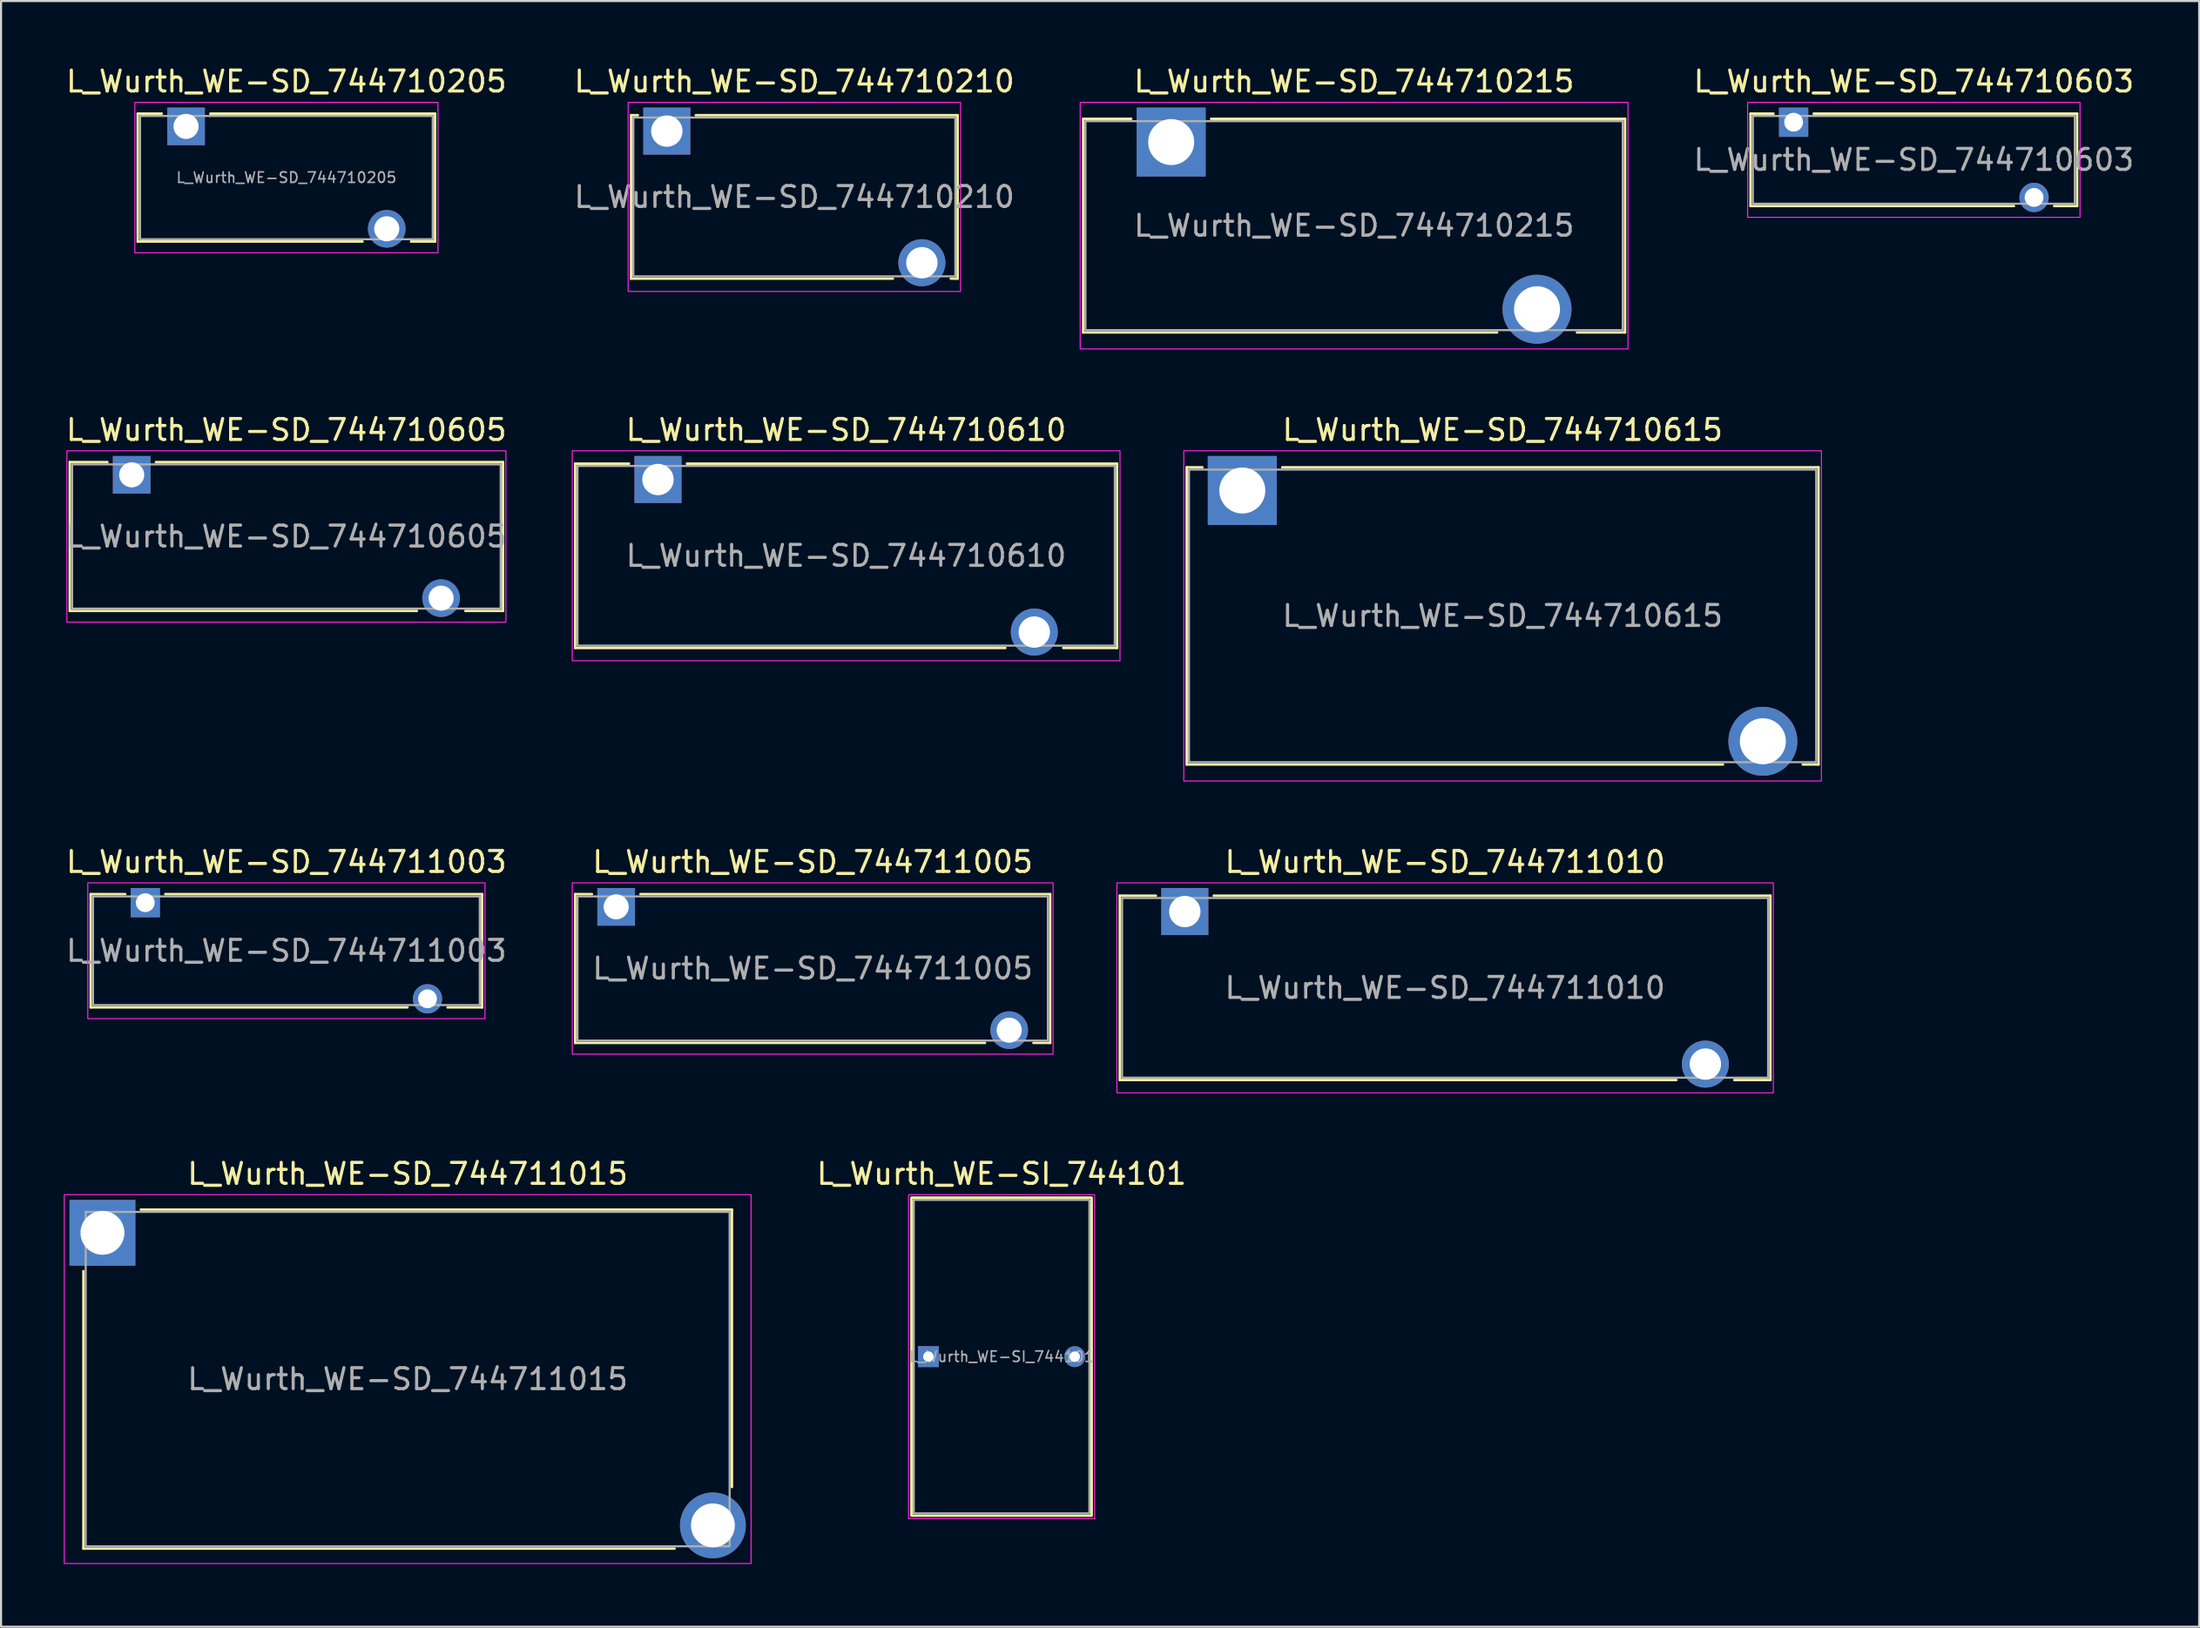
<source format=kicad_pcb>
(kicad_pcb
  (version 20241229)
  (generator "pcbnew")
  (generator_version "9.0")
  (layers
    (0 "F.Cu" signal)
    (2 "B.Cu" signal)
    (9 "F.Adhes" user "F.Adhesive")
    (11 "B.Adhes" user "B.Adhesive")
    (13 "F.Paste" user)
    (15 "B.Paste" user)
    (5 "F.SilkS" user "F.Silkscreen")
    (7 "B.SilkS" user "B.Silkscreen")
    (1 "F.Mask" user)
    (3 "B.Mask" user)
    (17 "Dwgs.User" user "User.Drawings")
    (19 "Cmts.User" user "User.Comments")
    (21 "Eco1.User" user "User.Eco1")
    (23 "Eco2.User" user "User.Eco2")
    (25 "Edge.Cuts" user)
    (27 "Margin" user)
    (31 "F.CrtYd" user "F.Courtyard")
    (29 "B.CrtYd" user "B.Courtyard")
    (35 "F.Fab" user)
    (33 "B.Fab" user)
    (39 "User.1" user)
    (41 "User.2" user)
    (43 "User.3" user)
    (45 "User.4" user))
  (footprint "L_Wurth_WE-SI_744101"
    (layer "F.Cu")
    (at 41.358 61.868)
    (property "Reference" "L_Wurth_WE-SI_744101" (at 3.5 -8.75 0) (unlocked yes) (layer "F.SilkS") (effects (font (size 1 1) (thickness 0.15))))
    (attr through_hole)
    (fp_rect (start -0.81 -7.61) (end 7.81 7.61) (stroke (width 0.12) (type solid)) (fill no) (layer "F.SilkS"))
    (fp_rect (start -0.95 -7.75) (end 7.95 7.75) (stroke (width 0.05) (type solid)) (fill no) (layer "F.CrtYd"))
    (fp_rect (start -0.7 -7.5) (end 7.7 7.5) (stroke (width 0.1) (type solid)) (fill no) (layer "F.Fab"))
    (fp_text user "${REFERENCE}" (at 3.5 0 0) (unlocked yes) (layer "F.Fab") (effects (font (size 0.5 0.5) (thickness 0.075))))
    (pad "1" thru_hole rect (at 0 0) (size 1 1) (drill 0.5) (layers "*.Cu" "*.Mask"))
    (pad "2" thru_hole circle (at 7 0) (size 1 1) (drill 0.5) (layers "*.Cu" "*.Mask")))
  (footprint "L_Wurth_WE-SD_744710215"
    (layer "F.Cu")
    (at 52.97 3.748)
    (property "Reference" "L_Wurth_WE-SD_744710215" (at 8.75 -2.9 0) (unlocked yes) (layer "F.SilkS") (effects (font (size 1 1) (thickness 0.15))))
    (attr through_hole)
    (fp_line (start -4.21 -1.11) (end -4.21 9.11) (stroke (width 0.12) (type solid)) (layer "F.SilkS"))
    (fp_line (start -4.21 -1.11) (end -1.91 -1.11) (stroke (width 0.12) (type solid)) (layer "F.SilkS"))
    (fp_line (start -4.21 9.11) (end 15.59 9.11) (stroke (width 0.12) (type solid)) (layer "F.SilkS"))
    (fp_line (start 21.71 -1.11) (end 1.91 -1.11) (stroke (width 0.12) (type solid)) (layer "F.SilkS"))
    (fp_line (start 21.71 -1.11) (end 21.71 9.11) (stroke (width 0.12) (type solid)) (layer "F.SilkS"))
    (fp_line (start 21.71 9.11) (end 19.41 9.11) (stroke (width 0.12) (type solid)) (layer "F.SilkS"))
    (fp_rect (start -4.35 -1.9) (end 21.85 9.9) (stroke (width 0.05) (type solid)) (fill no) (layer "F.CrtYd"))
    (fp_rect (start -4.1 -1) (end 21.6 9) (stroke (width 0.1) (type solid)) (fill no) (layer "F.Fab"))
    (fp_text user "${REFERENCE}" (at 8.75 4 0) (unlocked yes) (layer "F.Fab") (effects (font (size 1 1) (thickness 0.15))))
    (pad "1" thru_hole rect (at 0 0) (size 3.3 3.3) (drill 2.2) (layers "*.Cu" "*.Mask"))
    (pad "2" thru_hole circle (at 17.5 8) (size 3.3 3.3) (drill 2.2) (layers "*.Cu" "*.Mask")))
  (footprint "L_Wurth_WE-SD_744711005"
    (layer "F.Cu")
    (at 26.423 40.345)
    (property "Reference" "L_Wurth_WE-SD_744711005" (at 9.4 -2.15 0) (unlocked yes) (layer "F.SilkS") (effects (font (size 1 1) (thickness 0.15))))
    (attr through_hole)
    (fp_line (start -1.96 -0.61) (end -1.96 6.51) (stroke (width 0.12) (type solid)) (layer "F.SilkS"))
    (fp_line (start -1.96 -0.61) (end -1.16 -0.61) (stroke (width 0.12) (type solid)) (layer "F.SilkS"))
    (fp_line (start -1.96 6.51) (end 17.64 6.51) (stroke (width 0.12) (type solid)) (layer "F.SilkS"))
    (fp_line (start 20.76 -0.61) (end 1.16 -0.61) (stroke (width 0.12) (type solid)) (layer "F.SilkS"))
    (fp_line (start 20.76 -0.61) (end 20.76 6.51) (stroke (width 0.12) (type solid)) (layer "F.SilkS"))
    (fp_line (start 20.76 6.51) (end 19.96 6.51) (stroke (width 0.12) (type solid)) (layer "F.SilkS"))
    (fp_rect (start -2.1 -1.15) (end 20.9 7.05) (stroke (width 0.05) (type solid)) (fill no) (layer "F.CrtYd"))
    (fp_rect (start -1.85 -0.5) (end 20.65 6.4) (stroke (width 0.1) (type solid)) (fill no) (layer "F.Fab"))
    (fp_text user "${REFERENCE}" (at 9.4 2.95 0) (unlocked yes) (layer "F.Fab") (effects (font (size 1 1) (thickness 0.15))))
    (pad "1" thru_hole rect (at 0 0) (size 1.8 1.8) (drill 1.2) (layers "*.Cu" "*.Mask"))
    (pad "2" thru_hole circle (at 18.8 5.9) (size 1.8 1.8) (drill 1.2) (layers "*.Cu" "*.Mask")))
  (footprint "L_Wurth_WE-SD_744710605"
    (layer "F.Cu")
    (at 3.249 19.672)
    (property "Reference" "L_Wurth_WE-SD_744710605" (at 7.4 -2.15 0) (unlocked yes) (layer "F.SilkS") (effects (font (size 1 1) (thickness 0.15))))
    (attr through_hole)
    (fp_line (start -2.96 -0.61) (end -2.96 6.51) (stroke (width 0.12) (type solid)) (layer "F.SilkS"))
    (fp_line (start -2.96 -0.61) (end -1.16 -0.61) (stroke (width 0.12) (type solid)) (layer "F.SilkS"))
    (fp_line (start -2.96 6.51) (end 13.64 6.51) (stroke (width 0.12) (type solid)) (layer "F.SilkS"))
    (fp_line (start 17.76 -0.61) (end 1.16 -0.61) (stroke (width 0.12) (type solid)) (layer "F.SilkS"))
    (fp_line (start 17.76 -0.61) (end 17.76 6.51) (stroke (width 0.12) (type solid)) (layer "F.SilkS"))
    (fp_line (start 17.76 6.51) (end 15.96 6.51) (stroke (width 0.12) (type solid)) (layer "F.SilkS"))
    (fp_rect (start -3.1 -1.15) (end 17.9 7.05) (stroke (width 0.05) (type solid)) (fill no) (layer "F.CrtYd"))
    (fp_rect (start -2.85 -0.5) (end 17.65 6.4) (stroke (width 0.1) (type solid)) (fill no) (layer "F.Fab"))
    (fp_text user "${REFERENCE}" (at 7.4 2.95 0) (unlocked yes) (layer "F.Fab") (effects (font (size 1 1) (thickness 0.15))))
    (pad "1" thru_hole rect (at 0 0) (size 1.8 1.8) (drill 1.2) (layers "*.Cu" "*.Mask"))
    (pad "2" thru_hole circle (at 14.8 5.9) (size 1.8 1.8) (drill 1.2) (layers "*.Cu" "*.Mask")))
  (footprint "L_Wurth_WE-SD_744710603"
    (layer "F.Cu")
    (at 82.744 2.798)
    (property "Reference" "L_Wurth_WE-SD_744710603" (at 5.75 -1.95 0) (unlocked yes) (layer "F.SilkS") (effects (font (size 1 1) (thickness 0.15))))
    (attr through_hole)
    (fp_line (start -2.06 -0.41) (end -2.06 4.01) (stroke (width 0.12) (type solid)) (layer "F.SilkS"))
    (fp_line (start -2.06 -0.41) (end -0.96 -0.41) (stroke (width 0.12) (type solid)) (layer "F.SilkS"))
    (fp_line (start -2.06 4.01) (end 10.54 4.01) (stroke (width 0.12) (type solid)) (layer "F.SilkS"))
    (fp_line (start 13.56 -0.41) (end 0.96 -0.41) (stroke (width 0.12) (type solid)) (layer "F.SilkS"))
    (fp_line (start 13.56 -0.41) (end 13.56 4.01) (stroke (width 0.12) (type solid)) (layer "F.SilkS"))
    (fp_line (start 13.56 4.01) (end 12.46 4.01) (stroke (width 0.12) (type solid)) (layer "F.SilkS"))
    (fp_rect (start -2.2 -0.95) (end 13.7 4.55) (stroke (width 0.05) (type solid)) (fill no) (layer "F.CrtYd"))
    (fp_rect (start -1.95 -0.3) (end 13.45 3.9) (stroke (width 0.1) (type solid)) (fill no) (layer "F.Fab"))
    (fp_text user "${REFERENCE}" (at 5.75 1.8 0) (unlocked yes) (layer "F.Fab") (effects (font (size 1 1) (thickness 0.15))))
    (pad "1" thru_hole rect (at 0 0) (size 1.4 1.4) (drill 0.9) (layers "*.Cu" "*.Mask"))
    (pad "2" thru_hole circle (at 11.5 3.6) (size 1.4 1.4) (drill 0.9) (layers "*.Cu" "*.Mask")))
  (footprint "L_Wurth_WE-SD_744711003"
    (layer "F.Cu")
    (at 3.899 40.145)
    (property "Reference" "L_Wurth_WE-SD_744711003" (at 6.75 -1.95 0) (unlocked yes) (layer "F.SilkS") (effects (font (size 1 1) (thickness 0.15))))
    (attr through_hole)
    (fp_line (start -2.61 -0.41) (end -2.61 5.01) (stroke (width 0.12) (type solid)) (layer "F.SilkS"))
    (fp_line (start -2.61 -0.41) (end -0.96 -0.41) (stroke (width 0.12) (type solid)) (layer "F.SilkS"))
    (fp_line (start -2.61 5.01) (end 12.54 5.01) (stroke (width 0.12) (type solid)) (layer "F.SilkS"))
    (fp_line (start 16.11 -0.41) (end 0.96 -0.41) (stroke (width 0.12) (type solid)) (layer "F.SilkS"))
    (fp_line (start 16.11 -0.41) (end 16.11 5.01) (stroke (width 0.12) (type solid)) (layer "F.SilkS"))
    (fp_line (start 16.11 5.01) (end 14.46 5.01) (stroke (width 0.12) (type solid)) (layer "F.SilkS"))
    (fp_rect (start -2.75 -0.95) (end 16.25 5.55) (stroke (width 0.05) (type solid)) (fill no) (layer "F.CrtYd"))
    (fp_rect (start -2.5 -0.3) (end 16 4.9) (stroke (width 0.1) (type solid)) (fill no) (layer "F.Fab"))
    (fp_text user "${REFERENCE}" (at 6.75 2.3 0) (unlocked yes) (layer "F.Fab") (effects (font (size 1 1) (thickness 0.15))))
    (pad "1" thru_hole rect (at 0 0) (size 1.4 1.4) (drill 0.9) (layers "*.Cu" "*.Mask"))
    (pad "2" thru_hole circle (at 13.5 4.6) (size 1.4 1.4) (drill 0.9) (layers "*.Cu" "*.Mask")))
  (footprint "L_Wurth_WE-SD_744710615"
    (layer "F.Cu")
    (at 56.373 20.422)
    (property "Reference" "L_Wurth_WE-SD_744710615" (at 12.45 -2.9 0) (unlocked yes) (layer "F.SilkS") (effects (font (size 1 1) (thickness 0.15))))
    (attr through_hole)
    (fp_line (start -2.66 -1.11) (end -2.66 13.11) (stroke (width 0.12) (type solid)) (layer "F.SilkS"))
    (fp_line (start -2.66 -1.11) (end -1.91 -1.11) (stroke (width 0.12) (type solid)) (layer "F.SilkS"))
    (fp_line (start -2.66 13.11) (end 22.99 13.11) (stroke (width 0.12) (type solid)) (layer "F.SilkS"))
    (fp_line (start 27.56 -1.11) (end 1.91 -1.11) (stroke (width 0.12) (type solid)) (layer "F.SilkS"))
    (fp_line (start 27.56 -1.11) (end 27.56 13.11) (stroke (width 0.12) (type solid)) (layer "F.SilkS"))
    (fp_line (start 27.56 13.11) (end 26.81 13.11) (stroke (width 0.12) (type solid)) (layer "F.SilkS"))
    (fp_rect (start -2.8 -1.9) (end 27.7 13.9) (stroke (width 0.05) (type solid)) (fill no) (layer "F.CrtYd"))
    (fp_rect (start -2.55 -1) (end 27.45 13) (stroke (width 0.1) (type solid)) (fill no) (layer "F.Fab"))
    (fp_text user "${REFERENCE}" (at 12.45 6 0) (unlocked yes) (layer "F.Fab") (effects (font (size 1 1) (thickness 0.15))))
    (pad "1" thru_hole rect (at 0 0) (size 3.3 3.3) (drill 2.2) (layers "*.Cu" "*.Mask"))
    (pad "2" thru_hole circle (at 24.9 12) (size 3.3 3.3) (drill 2.2) (layers "*.Cu" "*.Mask")))
  (footprint "L_Wurth_WE-SD_744710205"
    (layer "F.Cu")
    (at 5.849 2.998)
    (property "Reference" "L_Wurth_WE-SD_744710205" (at 4.8 -2.15 0) (unlocked yes) (layer "F.SilkS") (effects (font (size 1 1) (thickness 0.15))))
    (attr through_hole)
    (fp_line (start -2.31 -0.61) (end -2.31 5.51) (stroke (width 0.12) (type solid)) (layer "F.SilkS"))
    (fp_line (start -2.31 -0.61) (end -1.16 -0.61) (stroke (width 0.12) (type solid)) (layer "F.SilkS"))
    (fp_line (start -2.31 5.51) (end 8.44 5.51) (stroke (width 0.12) (type solid)) (layer "F.SilkS"))
    (fp_line (start 11.91 -0.61) (end 1.16 -0.61) (stroke (width 0.12) (type solid)) (layer "F.SilkS"))
    (fp_line (start 11.91 -0.61) (end 11.91 5.51) (stroke (width 0.12) (type solid)) (layer "F.SilkS"))
    (fp_line (start 11.91 5.51) (end 10.76 5.51) (stroke (width 0.12) (type solid)) (layer "F.SilkS"))
    (fp_rect (start -2.45 -1.15) (end 12.05 6.05) (stroke (width 0.05) (type solid)) (fill no) (layer "F.CrtYd"))
    (fp_rect (start -2.2 -0.5) (end 11.8 5.4) (stroke (width 0.1) (type solid)) (fill no) (layer "F.Fab"))
    (fp_text user "${REFERENCE}" (at 4.8 2.45 0) (unlocked yes) (layer "F.Fab") (effects (font (size 0.5 0.5) (thickness 0.075))))
    (pad "1" thru_hole rect (at 0 0) (size 1.8 1.8) (drill 1.2) (layers "*.Cu" "*.Mask"))
    (pad "2" thru_hole circle (at 9.6 4.9) (size 1.8 1.8) (drill 1.2) (layers "*.Cu" "*.Mask")))
  (footprint "L_Wurth_WE-SD_744710610"
    (layer "F.Cu")
    (at 28.423 19.896)
    (property "Reference" "L_Wurth_WE-SD_744710610" (at 9 -2.375 0) (unlocked yes) (layer "F.SilkS") (effects (font (size 1 1) (thickness 0.15))))
    (attr through_hole)
    (fp_line (start -3.96 -0.76) (end -3.96 8.06) (stroke (width 0.12) (type solid)) (layer "F.SilkS"))
    (fp_line (start -3.96 -0.76) (end -1.385 -0.76) (stroke (width 0.12) (type solid)) (layer "F.SilkS"))
    (fp_line (start -3.96 8.06) (end 16.615 8.06) (stroke (width 0.12) (type solid)) (layer "F.SilkS"))
    (fp_line (start 21.96 -0.76) (end 1.385 -0.76) (stroke (width 0.12) (type solid)) (layer "F.SilkS"))
    (fp_line (start 21.96 -0.76) (end 21.96 8.06) (stroke (width 0.12) (type solid)) (layer "F.SilkS"))
    (fp_line (start 21.96 8.06) (end 19.385 8.06) (stroke (width 0.12) (type solid)) (layer "F.SilkS"))
    (fp_rect (start -4.1 -1.375) (end 22.1 8.675) (stroke (width 0.05) (type solid)) (fill no) (layer "F.CrtYd"))
    (fp_rect (start -3.85 -0.65) (end 21.85 7.95) (stroke (width 0.1) (type solid)) (fill no) (layer "F.Fab"))
    (fp_text user "${REFERENCE}" (at 9 3.65 0) (unlocked yes) (layer "F.Fab") (effects (font (size 1 1) (thickness 0.15))))
    (pad "1" thru_hole rect (at 0 0) (size 2.25 2.25) (drill 1.5) (layers "*.Cu" "*.Mask"))
    (pad "2" thru_hole circle (at 18 7.3) (size 2.25 2.25) (drill 1.5) (layers "*.Cu" "*.Mask")))
  (footprint "L_Wurth_WE-SD_744711015"
    (layer "F.Cu")
    (at 1.85 55.943)
    (property "Reference" "L_Wurth_WE-SD_744711015" (at 14.6 -2.825 0) (unlocked yes) (layer "F.SilkS") (effects (font (size 1 1) (thickness 0.15))))
    (attr through_hole)
    (fp_line (start -0.91 1.835) (end -0.91 15.11) (stroke (width 0.12) (type solid)) (layer "F.SilkS"))
    (fp_line (start -0.91 15.11) (end 27.365 15.11) (stroke (width 0.12) (type solid)) (layer "F.SilkS"))
    (fp_line (start 30.11 -1.11) (end 1.835 -1.11) (stroke (width 0.12) (type solid)) (layer "F.SilkS"))
    (fp_line (start 30.11 -1.11) (end 30.11 12.165) (stroke (width 0.12) (type solid)) (layer "F.SilkS"))
    (fp_rect (start -1.825 -1.825) (end 31.025 15.825) (stroke (width 0.05) (type solid)) (fill no) (layer "F.CrtYd"))
    (fp_rect (start -0.8 -1) (end 30 15) (stroke (width 0.1) (type solid)) (fill no) (layer "F.Fab"))
    (fp_text user "${REFERENCE}" (at 14.6 7 0) (unlocked yes) (layer "F.Fab") (effects (font (size 1 1) (thickness 0.15))))
    (pad "1" thru_hole rect (at 0 0) (size 3.15 3.15) (drill 2.1) (layers "*.Cu" "*.Mask"))
    (pad "2" thru_hole circle (at 29.2 14) (size 3.15 3.15) (drill 2.1) (layers "*.Cu" "*.Mask")))
  (footprint "L_Wurth_WE-SD_744710210"
    (layer "F.Cu")
    (at 28.846 3.223)
    (property "Reference" "L_Wurth_WE-SD_744710210" (at 6.1 -2.375 0) (unlocked yes) (layer "F.SilkS") (effects (font (size 1 1) (thickness 0.15))))
    (attr through_hole)
    (fp_line (start -1.71 -0.76) (end -1.71 7.06) (stroke (width 0.12) (type solid)) (layer "F.SilkS"))
    (fp_line (start -1.71 -0.76) (end -1.385 -0.76) (stroke (width 0.12) (type solid)) (layer "F.SilkS"))
    (fp_line (start -1.71 7.06) (end 10.815 7.06) (stroke (width 0.12) (type solid)) (layer "F.SilkS"))
    (fp_line (start 13.91 -0.76) (end 1.385 -0.76) (stroke (width 0.12) (type solid)) (layer "F.SilkS"))
    (fp_line (start 13.91 -0.76) (end 13.91 7.06) (stroke (width 0.12) (type solid)) (layer "F.SilkS"))
    (fp_line (start 13.91 7.06) (end 13.585 7.06) (stroke (width 0.12) (type solid)) (layer "F.SilkS"))
    (fp_rect (start -1.85 -1.375) (end 14.05 7.675) (stroke (width 0.05) (type solid)) (fill no) (layer "F.CrtYd"))
    (fp_rect (start -1.6 -0.65) (end 13.8 6.95) (stroke (width 0.1) (type solid)) (fill no) (layer "F.Fab"))
    (fp_text user "${REFERENCE}" (at 6.1 3.15 0) (unlocked yes) (layer "F.Fab") (effects (font (size 1 1) (thickness 0.15))))
    (pad "1" thru_hole rect (at 0 0) (size 2.25 2.25) (drill 1.5) (layers "*.Cu" "*.Mask"))
    (pad "2" thru_hole circle (at 12.2 6.3) (size 2.25 2.25) (drill 1.5) (layers "*.Cu" "*.Mask")))
  (footprint "L_Wurth_WE-SD_744711010"
    (layer "F.Cu")
    (at 53.623 40.57)
    (property "Reference" "L_Wurth_WE-SD_744711010" (at 12.45 -2.375 0) (unlocked yes) (layer "F.SilkS") (effects (font (size 1 1) (thickness 0.15))))
    (attr through_hole)
    (fp_line (start -3.11 -0.76) (end -3.11 8.06) (stroke (width 0.12) (type solid)) (layer "F.SilkS"))
    (fp_line (start -3.11 -0.76) (end -1.385 -0.76) (stroke (width 0.12) (type solid)) (layer "F.SilkS"))
    (fp_line (start -3.11 8.06) (end 23.515 8.06) (stroke (width 0.12) (type solid)) (layer "F.SilkS"))
    (fp_line (start 28.01 -0.76) (end 1.385 -0.76) (stroke (width 0.12) (type solid)) (layer "F.SilkS"))
    (fp_line (start 28.01 -0.76) (end 28.01 8.06) (stroke (width 0.12) (type solid)) (layer "F.SilkS"))
    (fp_line (start 28.01 8.06) (end 26.285 8.06) (stroke (width 0.12) (type solid)) (layer "F.SilkS"))
    (fp_rect (start -3.25 -1.375) (end 28.15 8.675) (stroke (width 0.05) (type solid)) (fill no) (layer "F.CrtYd"))
    (fp_rect (start -3 -0.65) (end 27.9 7.95) (stroke (width 0.1) (type solid)) (fill no) (layer "F.Fab"))
    (fp_text user "${REFERENCE}" (at 12.45 3.65 0) (unlocked yes) (layer "F.Fab") (effects (font (size 1 1) (thickness 0.15))))
    (pad "1" thru_hole rect (at 0 0) (size 2.25 2.25) (drill 1.5) (layers "*.Cu" "*.Mask"))
    (pad "2" thru_hole circle (at 24.9 7.3) (size 2.25 2.25) (drill 1.5) (layers "*.Cu" "*.Mask")))
  (gr_rect
    (start -3 -3)
    (end 102.143 74.793)
    (stroke (width 0.1) (type default))
    (fill no)
    (layer "Edge.Cuts")))
</source>
